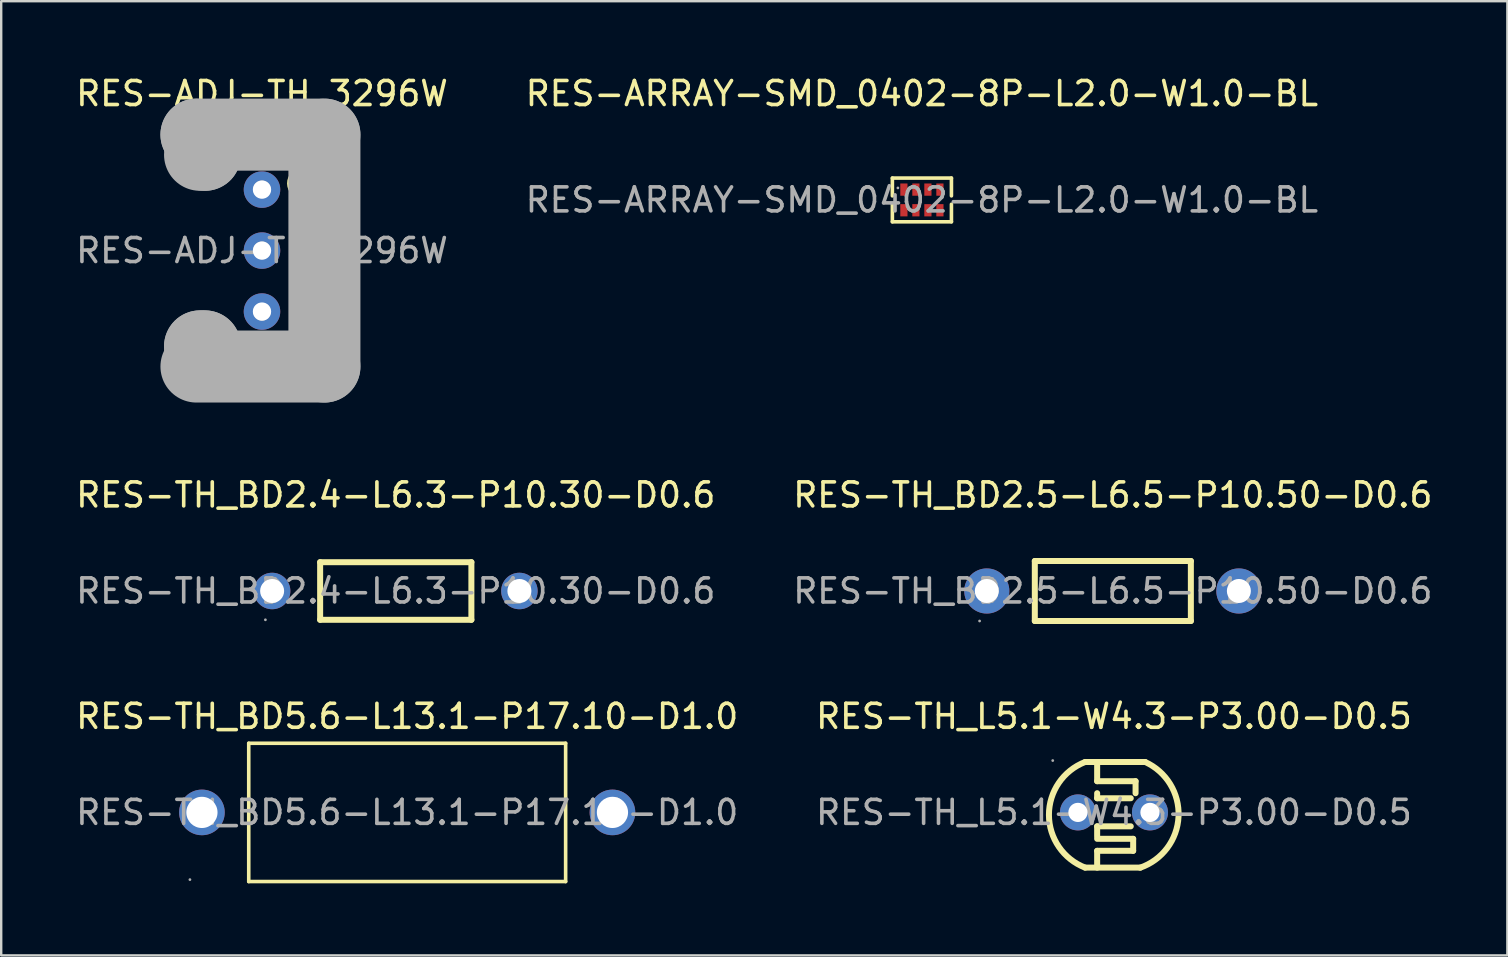
<source format=kicad_pcb>
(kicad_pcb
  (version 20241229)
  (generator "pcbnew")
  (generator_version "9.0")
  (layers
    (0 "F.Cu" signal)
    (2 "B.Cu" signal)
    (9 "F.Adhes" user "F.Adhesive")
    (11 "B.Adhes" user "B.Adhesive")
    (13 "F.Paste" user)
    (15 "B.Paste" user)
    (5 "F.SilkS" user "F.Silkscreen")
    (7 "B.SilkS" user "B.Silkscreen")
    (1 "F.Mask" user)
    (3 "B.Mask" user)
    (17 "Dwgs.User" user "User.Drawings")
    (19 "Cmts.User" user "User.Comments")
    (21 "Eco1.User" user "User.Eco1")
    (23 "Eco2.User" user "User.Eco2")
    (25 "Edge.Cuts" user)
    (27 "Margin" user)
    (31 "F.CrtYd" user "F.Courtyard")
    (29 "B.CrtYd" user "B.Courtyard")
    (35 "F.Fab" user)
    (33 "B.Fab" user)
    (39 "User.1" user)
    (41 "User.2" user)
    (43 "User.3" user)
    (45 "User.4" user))
  (footprint "RES-TH_BD5.6-L13.1-P17.10-D1.0"
    (layer "F.Cu")
    (at 13.911 30.79)
    (property "Reference" "RES-TH_BD5.6-L13.1-P17.10-D1.0" (at 0 -4 0) (layer "F.SilkS") (effects (font (size 1 1) (thickness 0.15))))
    (attr through_hole)
    (fp_line (start -6.6 -2.88) (end 6.6 -2.88) (stroke (width 0.15) (type solid)) (layer "F.SilkS"))
    (fp_line (start -6.6 2.88) (end -6.6 -2.88) (stroke (width 0.15) (type solid)) (layer "F.SilkS"))
    (fp_line (start 6.6 -2.88) (end 6.6 2.88) (stroke (width 0.15) (type solid)) (layer "F.SilkS"))
    (fp_line (start 6.6 2.88) (end -6.6 2.88) (stroke (width 0.15) (type solid)) (layer "F.SilkS"))
    (fp_circle (center -9.05 2.8) (end -9.02 2.8) (stroke (width 0.06) (type solid)) (fill no) (layer "F.Fab"))
    (fp_circle (center -8.55 0) (end -8.3 0) (stroke (width 0.5) (type solid)) (fill no) (layer "F.Fab"))
    (fp_circle (center 8.55 0) (end 8.8 0) (stroke (width 0.5) (type solid)) (fill no) (layer "F.Fab"))
    (fp_text user "${REFERENCE}" (at 0 0 0) (layer "F.Fab") (effects (font (size 1 1) (thickness 0.15))))
    (pad "1" thru_hole circle (at -8.55 0) (size 1.9 1.9) (drill 1.3) (layers "*.Cu" "*.Mask"))
    (pad "2" thru_hole circle (at 8.55 0 180) (size 1.9 1.9) (drill 1.3) (layers "*.Cu" "*.Mask")))
  (footprint "RES-TH_L5.1-W4.3-P3.00-D0.5"
    (layer "F.Cu")
    (at 43.351 30.79)
    (property "Reference" "RES-TH_L5.1-W4.3-P3.00-D0.5" (at 0 -4 0) (layer "F.SilkS") (effects (font (size 1 1) (thickness 0.15))))
    (attr through_hole)
    (fp_line (start -0.7 -2.1) (end -0.7 -1.3) (stroke (width 0.25) (type solid)) (layer "F.SilkS"))
    (fp_line (start -0.7 -1.3) (end 0.9 -1.3) (stroke (width 0.25) (type solid)) (layer "F.SilkS"))
    (fp_line (start -0.7 -0.8) (end -0.7 -0.59) (stroke (width 0.25) (type solid)) (layer "F.SilkS"))
    (fp_line (start -0.7 -0.59) (end 0.7 -0.59) (stroke (width 0.25) (type solid)) (layer "F.SilkS"))
    (fp_line (start -0.7 0.58) (end -0.7 1) (stroke (width 0.25) (type solid)) (layer "F.SilkS"))
    (fp_line (start -0.7 0.58) (end 0.7 0.58) (stroke (width 0.25) (type solid)) (layer "F.SilkS"))
    (fp_line (start -0.7 1.6) (end -0.7 2.3) (stroke (width 0.25) (type solid)) (layer "F.SilkS"))
    (fp_line (start -0.7 1.6) (end 0.8 1.6) (stroke (width 0.25) (type solid)) (layer "F.SilkS"))
    (fp_line (start 0.8 1.1) (end -0.7 1.1) (stroke (width 0.25) (type solid)) (layer "F.SilkS"))
    (fp_line (start 0.8 1.1) (end 0.8 1.6) (stroke (width 0.25) (type solid)) (layer "F.SilkS"))
    (fp_line (start 0.9 -1.3) (end 0.9 -0.8) (stroke (width 0.25) (type solid)) (layer "F.SilkS"))
    (fp_line (start 1.1 2.3) (end -1.2 2.3) (stroke (width 0.25) (type solid)) (layer "F.SilkS"))
    (fp_line (start 1.3 -2.1) (end -1.2 -2.1) (stroke (width 0.25) (type solid)) (layer "F.SilkS"))
    (fp_arc (start -1.2 2.3) (mid -2.708492 0.103922) (end -1.207312 -2.097161) (stroke (width 0.25) (type solid)) (layer "F.SilkS"))
    (fp_arc (start 1.3 -2.1) (mid 2.689249 0.172517) (end 1.090891 2.303151) (stroke (width 0.25) (type solid)) (layer "F.SilkS"))
    (fp_circle (center -2.55 -2.16) (end -2.52 -2.16) (stroke (width 0.06) (type solid)) (fill no) (layer "F.Fab"))
    (fp_circle (center -1.5 0) (end -1.38 0) (stroke (width 0.25) (type solid)) (fill no) (layer "F.Fab"))
    (fp_circle (center 1.5 0) (end 1.62 0) (stroke (width 0.25) (type solid)) (fill no) (layer "F.Fab"))
    (fp_text user "${REFERENCE}" (at 0 0 0) (layer "F.Fab") (effects (font (size 1 1) (thickness 0.15))))
    (pad "1" thru_hole circle (at -1.5 0) (size 1.5 1.5) (drill 0.8) (layers "*.Cu" "*.Mask"))
    (pad "2" thru_hole circle (at 1.5 0) (size 1.5 1.5) (drill 0.8) (layers "*.Cu" "*.Mask")))
  (footprint "RES-ADJ-TH_3296W"
    (layer "F.Cu")
    (at 7.863 7.388)
    (property "Reference" "RES-ADJ-TH_3296W" (at 0 -6.54 0) (layer "F.SilkS") (effects (font (size 1 1) (thickness 0.15))))
    (attr through_hole)
    (fp_line (start 1.33 -2.81) (end 1.71 -2.81) (stroke (width 0.25) (type solid)) (layer "F.SilkS"))
    (fp_line (start 1.71 -2.81) (end 2.09 -2.81) (stroke (width 0.25) (type solid)) (layer "F.SilkS"))
    (fp_line (start 2.09 -2.81) (end 1.71 -2.81) (stroke (width 0.25) (type solid)) (layer "F.SilkS"))
    (fp_arc (start 2.25 -2.8) (mid 1.170023 -2.795005) (end 2.249908 -2.80999) (stroke (width 0.25) (type solid)) (layer "F.SilkS"))
    (fp_line (start -2.73 -4.83) (end -2.73 -4.83) (stroke (width 3) (type solid)) (layer "F.Fab"))
    (fp_line (start -2.73 -4.83) (end 2.6 -4.83) (stroke (width 3) (type solid)) (layer "F.Fab"))
    (fp_line (start -2.58 -4.75) (end -2.58 -4.75) (stroke (width 3) (type solid)) (layer "F.Fab"))
    (fp_line (start -2.58 -4.75) (end -2.38 -4.75) (stroke (width 3) (type solid)) (layer "F.Fab"))
    (fp_line (start -2.58 3.99) (end -2.58 3.99) (stroke (width 3) (type solid)) (layer "F.Fab"))
    (fp_line (start -2.58 3.99) (end -2.38 3.99) (stroke (width 3) (type solid)) (layer "F.Fab"))
    (fp_line (start -2.38 -4.75) (end -2.38 -3.99) (stroke (width 3) (type solid)) (layer "F.Fab"))
    (fp_line (start -2.38 -3.99) (end -2.58 -3.99) (stroke (width 3) (type solid)) (layer "F.Fab"))
    (fp_line (start -2.38 3.99) (end -2.38 4.75) (stroke (width 3) (type solid)) (layer "F.Fab"))
    (fp_line (start -2.38 4.75) (end -2.58 4.75) (stroke (width 3) (type solid)) (layer "F.Fab"))
    (fp_line (start 2.6 -4.83) (end 2.6 4.83) (stroke (width 3) (type solid)) (layer "F.Fab"))
    (fp_line (start 2.6 4.83) (end -2.73 4.83) (stroke (width 3) (type solid)) (layer "F.Fab"))
    (fp_circle (center -2.36 -4.77) (end -2.33 -4.77) (stroke (width 0.06) (type solid)) (fill no) (layer "F.Fab"))
    (fp_circle (center 0 -2.55) (end 0.12 -2.55) (stroke (width 0.25) (type solid)) (fill no) (layer "F.Fab"))
    (fp_circle (center 0 -0.01) (end 0.12 -0.01) (stroke (width 0.25) (type solid)) (fill no) (layer "F.Fab"))
    (fp_circle (center 0 2.55) (end 0.12 2.55) (stroke (width 0.25) (type solid)) (fill no) (layer "F.Fab"))
    (fp_text user "${REFERENCE}" (at 0 0 0) (layer "F.Fab") (effects (font (size 1 1) (thickness 0.15))))
    (pad "1" thru_hole circle (at 0 -2.54 270) (size 1.52 1.52) (drill 0.762) (layers "*.Cu" "*.Mask"))
    (pad "2" thru_hole circle (at 0 0 270) (size 1.52 1.52) (drill 0.762) (layers "*.Cu" "*.Mask"))
    (pad "3" thru_hole circle (at 0 2.54 270) (size 1.52 1.52) (drill 0.762) (layers "*.Cu" "*.Mask")))
  (footprint "RES-ARRAY-SMD_0402-8P-L2.0-W1.0-BL"
    (layer "F.Cu")
    (at 35.351 5.278)
    (property "Reference" "RES-ARRAY-SMD_0402-8P-L2.0-W1.0-BL" (at 0 -4.43 0) (layer "F.SilkS") (effects (font (size 1 1) (thickness 0.15))))
    (attr smd)
    (fp_line (start -1.23 -0.91) (end 1.23 -0.91) (stroke (width 0.15) (type solid)) (layer "F.SilkS"))
    (fp_line (start -1.23 -0.17) (end -1.23 -0.91) (stroke (width 0.15) (type solid)) (layer "F.SilkS"))
    (fp_line (start -1.23 0.18) (end -1.23 0.91) (stroke (width 0.15) (type solid)) (layer "F.SilkS"))
    (fp_line (start -1.23 0.91) (end 1.23 0.91) (stroke (width 0.15) (type solid)) (layer "F.SilkS"))
    (fp_line (start 1.23 -0.91) (end 1.23 -0.17) (stroke (width 0.15) (type solid)) (layer "F.SilkS"))
    (fp_line (start 1.23 0.91) (end 1.23 0.18) (stroke (width 0.15) (type solid)) (layer "F.SilkS"))
    (fp_circle (center -1 -0.5) (end -0.97 -0.5) (stroke (width 0.06) (type solid)) (fill no) (layer "F.Fab"))
    (fp_text user "${REFERENCE}" (at 0 0 0) (layer "F.Fab") (effects (font (size 1 1) (thickness 0.15))))
    (pad "1" smd rect (at -0.75 -0.43 180) (size 0.3 0.51) (layers "F.Cu" "F.Mask" "F.Paste"))
    (pad "2" smd rect (at -0.25 -0.43 180) (size 0.3 0.51) (layers "F.Cu" "F.Mask" "F.Paste"))
    (pad "3" smd rect (at 0.25 -0.43 180) (size 0.3 0.51) (layers "F.Cu" "F.Mask" "F.Paste"))
    (pad "4" smd rect (at 0.75 -0.43 180) (size 0.3 0.51) (layers "F.Cu" "F.Mask" "F.Paste"))
    (pad "5" smd rect (at 0.75 0.43 180) (size 0.3 0.51) (layers "F.Cu" "F.Mask" "F.Paste"))
    (pad "6" smd rect (at 0.25 0.43 180) (size 0.3 0.51) (layers "F.Cu" "F.Mask" "F.Paste"))
    (pad "7" smd rect (at -0.25 0.43 180) (size 0.3 0.51) (layers "F.Cu" "F.Mask" "F.Paste"))
    (pad "8" smd rect (at -0.75 0.43 180) (size 0.3 0.51) (layers "F.Cu" "F.Mask" "F.Paste")))
  (footprint "RES-TH_BD2.5-L6.5-P10.50-D0.6"
    (layer "F.Cu")
    (at 43.304 21.567)
    (property "Reference" "RES-TH_BD2.5-L6.5-P10.50-D0.6" (at 0 -4 0) (layer "F.SilkS") (effects (font (size 1 1) (thickness 0.15))))
    (attr through_hole)
    (fp_line (start -3.25 -1.25) (end 3.25 -1.25) (stroke (width 0.25) (type solid)) (layer "F.SilkS"))
    (fp_line (start -3.25 1.25) (end -3.25 -1.25) (stroke (width 0.25) (type solid)) (layer "F.SilkS"))
    (fp_line (start 3.25 1.25) (end -3.25 1.25) (stroke (width 0.25) (type solid)) (layer "F.SilkS"))
    (fp_line (start 3.25 1.25) (end 3.25 -1.25) (stroke (width 0.25) (type solid)) (layer "F.SilkS"))
    (fp_circle (center -5.55 1.25) (end -5.52 1.25) (stroke (width 0.06) (type solid)) (fill no) (layer "F.Fab"))
    (fp_circle (center -5.25 0) (end -5.1 0) (stroke (width 0.3) (type solid)) (fill no) (layer "F.Fab"))
    (fp_circle (center 5.25 0) (end 5.4 0) (stroke (width 0.3) (type solid)) (fill no) (layer "F.Fab"))
    (fp_text user "${REFERENCE}" (at 0 0 0) (layer "F.Fab") (effects (font (size 1 1) (thickness 0.15))))
    (pad "1" thru_hole circle (at -5.25 0) (size 1.88 1.88) (drill 1) (layers "*.Cu" "*.Mask"))
    (pad "2" thru_hole circle (at 5.25 0) (size 1.88 1.88) (drill 1) (layers "*.Cu" "*.Mask")))
  (footprint "RES-TH_BD2.4-L6.3-P10.30-D0.6"
    (layer "F.Cu")
    (at 13.435 21.567)
    (property "Reference" "RES-TH_BD2.4-L6.3-P10.30-D0.6" (at 0 -4 0) (layer "F.SilkS") (effects (font (size 1 1) (thickness 0.15))))
    (attr through_hole)
    (fp_line (start -3.15 -1.2) (end 3.15 -1.2) (stroke (width 0.25) (type solid)) (layer "F.SilkS"))
    (fp_line (start -3.15 1.2) (end -3.15 -1.2) (stroke (width 0.25) (type solid)) (layer "F.SilkS"))
    (fp_line (start 3.15 -1.2) (end 3.15 1.2) (stroke (width 0.25) (type solid)) (layer "F.SilkS"))
    (fp_line (start 3.15 1.2) (end -3.15 1.2) (stroke (width 0.25) (type solid)) (layer "F.SilkS"))
    (fp_circle (center -5.43 1.2) (end -5.4 1.2) (stroke (width 0.06) (type solid)) (fill no) (layer "F.Fab"))
    (fp_circle (center -5.15 0) (end -5.01 0) (stroke (width 0.28) (type solid)) (fill no) (layer "F.Fab"))
    (fp_circle (center 5.15 0) (end 5.29 0) (stroke (width 0.28) (type solid)) (fill no) (layer "F.Fab"))
    (fp_text user "${REFERENCE}" (at 0 0 0) (layer "F.Fab") (effects (font (size 1 1) (thickness 0.15))))
    (pad "1" thru_hole circle (at -5.15 0) (size 1.52 1.52) (drill 1) (layers "*.Cu" "*.Mask"))
    (pad "2" thru_hole circle (at 5.15 0) (size 1.52 1.52) (drill 1) (layers "*.Cu" "*.Mask")))
  (gr_rect
    (start -3 -3)
    (end 59.738 36.745)
    (stroke (width 0.1) (type default))
    (fill no)
    (layer "Edge.Cuts")))
</source>
